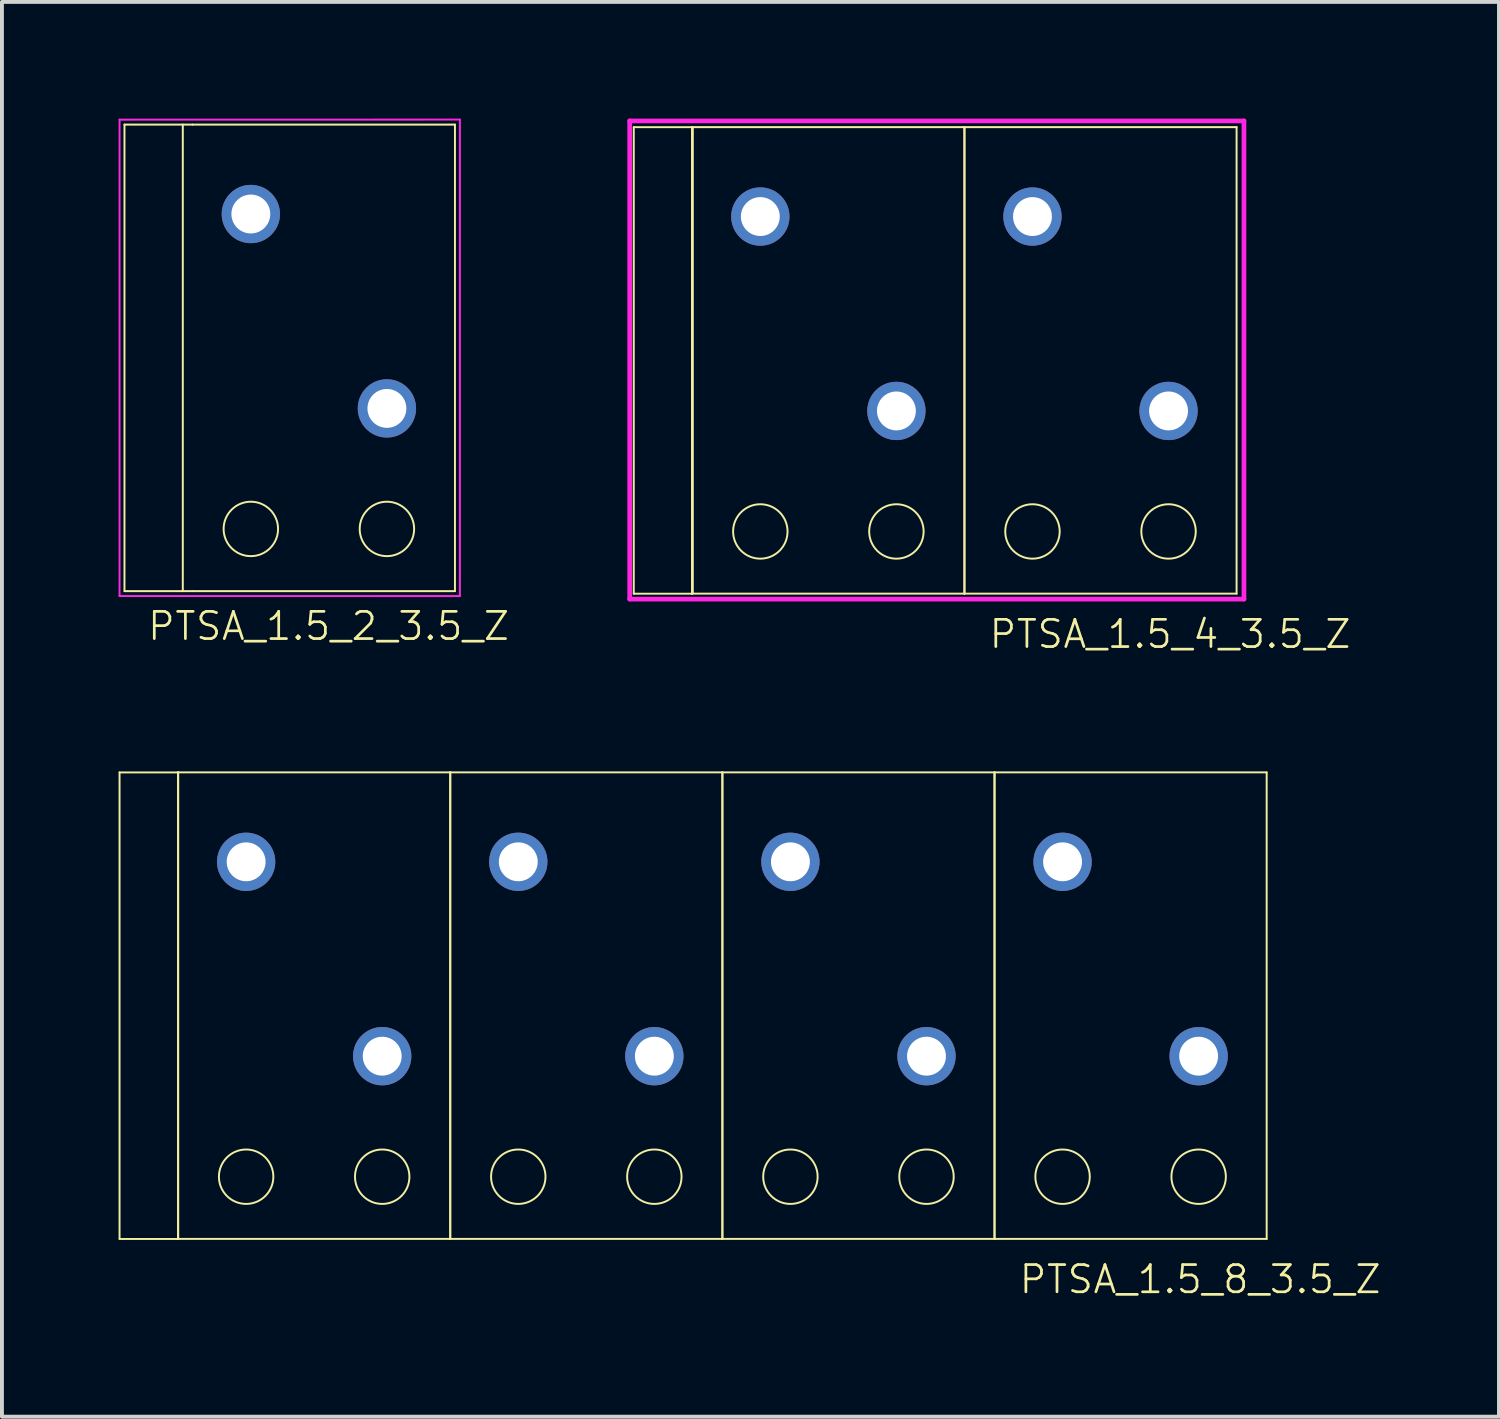
<source format=kicad_pcb>
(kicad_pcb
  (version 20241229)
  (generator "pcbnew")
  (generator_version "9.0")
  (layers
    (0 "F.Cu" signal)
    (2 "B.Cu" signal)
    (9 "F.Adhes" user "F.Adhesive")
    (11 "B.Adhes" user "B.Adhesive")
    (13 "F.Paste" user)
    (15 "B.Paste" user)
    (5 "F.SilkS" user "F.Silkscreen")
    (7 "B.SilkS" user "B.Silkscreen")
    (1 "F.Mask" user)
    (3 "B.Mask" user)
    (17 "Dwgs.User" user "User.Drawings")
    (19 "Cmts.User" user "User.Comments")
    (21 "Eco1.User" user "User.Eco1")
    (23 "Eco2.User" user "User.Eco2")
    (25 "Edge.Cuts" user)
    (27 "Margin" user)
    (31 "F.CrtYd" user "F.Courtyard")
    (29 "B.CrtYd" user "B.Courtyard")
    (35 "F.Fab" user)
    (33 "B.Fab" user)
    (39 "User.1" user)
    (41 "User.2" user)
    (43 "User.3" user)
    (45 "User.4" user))
  (footprint "PTSA_1.5_2_3.5_Z"
    (layer "F.Cu")
    (at 3.402 7.455)
    (property "Reference" "PTSA_1.5_2_3.5_Z" (at 2 5.6 0) (layer "F.SilkS") (effects (font (size 0.7 0.7) (thickness 0.07))))
    (attr through_hole)
    (fp_line (start -3.25 -7.3) (end -1.5 -7.3) (stroke (width 0.05) (type solid)) (layer "F.SilkS"))
    (fp_line (start -3.25 4.7) (end -3.25 -7.3) (stroke (width 0.05) (type solid)) (layer "F.SilkS"))
    (fp_line (start -1.75 -7.3) (end -1.75 4.7) (stroke (width 0.05) (type solid)) (layer "F.SilkS"))
    (fp_line (start -1.5 4.7) (end -3.25 4.7) (stroke (width 0.05) (type solid)) (layer "F.SilkS"))
    (fp_line (start 5.25 -7.3) (end -1.5 -7.3) (stroke (width 0.05) (type solid)) (layer "F.SilkS"))
    (fp_line (start 5.25 -7.3) (end 5.25 4.7) (stroke (width 0.05) (type solid)) (layer "F.SilkS"))
    (fp_line (start 5.25 4.7) (end -1.5 4.7) (stroke (width 0.05) (type solid)) (layer "F.SilkS"))
    (fp_circle (center 0 3.1) (end 0.7 3.1) (stroke (width 0.05) (type solid)) (fill no) (layer "F.SilkS"))
    (fp_circle (center 3.5 3.1) (end 4.2 3.1) (stroke (width 0.05) (type solid)) (fill no) (layer "F.SilkS"))
    (fp_line (start -3.377 -7.427) (end 5.377 -7.429) (stroke (width 0.05) (type solid)) (layer "F.CrtYd"))
    (fp_line (start -3.377 4.826) (end -3.377 -7.427) (stroke (width 0.05) (type solid)) (layer "F.CrtYd"))
    (fp_line (start 5.377 -7.429) (end 5.377 4.827) (stroke (width 0.05) (type solid)) (layer "F.CrtYd"))
    (fp_line (start 5.377 4.827) (end -3.377 4.826) (stroke (width 0.05) (type solid)) (layer "F.CrtYd"))
    (pad "1" thru_hole circle (at 3.5 0) (size 1.5 1.5) (drill 1) (layers "*.Cu" "*.Mask"))
    (pad "2" thru_hole circle (at 0 -5) (size 1.5 1.5) (drill 1) (layers "*.Cu" "*.Mask")))
  (footprint "PTSA_1.5_8_3.5_Z"
    (layer "F.Cu")
    (at 14.821 22.357)
    (property "Reference" "PTSA_1.5_8_3.5_Z" (at 13 7.5 0) (layer "F.SilkS") (effects (font (size 0.7 0.7) (thickness 0.07))))
    (attr through_hole)
    (fp_line (start -14.796 -5.539) (end -13.296 -5.539) (stroke (width 0.05) (type solid)) (layer "F.SilkS"))
    (fp_line (start -14.796 6.461) (end -14.796 -5.539) (stroke (width 0.05) (type solid)) (layer "F.SilkS"))
    (fp_line (start -13.296 6.461) (end -14.796 6.461) (stroke (width 0.05) (type solid)) (layer "F.SilkS"))
    (fp_line (start -13.29 -5.54) (end -13.29 6.46) (stroke (width 0.05) (type solid)) (layer "F.SilkS"))
    (fp_line (start -13.29 -5.54) (end -13.29 6.46) (stroke (width 0.05) (type solid)) (layer "F.SilkS"))
    (fp_line (start -13.29 -5.54) (end -13.29 6.46) (stroke (width 0.05) (type solid)) (layer "F.SilkS"))
    (fp_line (start -6.29 -5.54) (end -13.29 -5.54) (stroke (width 0.05) (type solid)) (layer "F.SilkS"))
    (fp_line (start -6.29 -5.54) (end -6.29 6.46) (stroke (width 0.05) (type solid)) (layer "F.SilkS"))
    (fp_line (start -6.29 -5.54) (end -6.29 6.46) (stroke (width 0.05) (type solid)) (layer "F.SilkS"))
    (fp_line (start -6.29 6.46) (end -13.29 6.46) (stroke (width 0.05) (type solid)) (layer "F.SilkS"))
    (fp_line (start 0.71 -5.54) (end -6.29 -5.54) (stroke (width 0.05) (type solid)) (layer "F.SilkS"))
    (fp_line (start 0.71 -5.54) (end 0.71 6.46) (stroke (width 0.05) (type solid)) (layer "F.SilkS"))
    (fp_line (start 0.71 -5.54) (end 0.71 6.46) (stroke (width 0.05) (type solid)) (layer "F.SilkS"))
    (fp_line (start 0.71 6.46) (end -6.29 6.46) (stroke (width 0.05) (type solid)) (layer "F.SilkS"))
    (fp_line (start 7.71 -5.54) (end 0.71 -5.54) (stroke (width 0.05) (type solid)) (layer "F.SilkS"))
    (fp_line (start 7.71 -5.54) (end 7.71 6.46) (stroke (width 0.05) (type solid)) (layer "F.SilkS"))
    (fp_line (start 7.71 -5.54) (end 7.71 6.46) (stroke (width 0.05) (type solid)) (layer "F.SilkS"))
    (fp_line (start 7.71 6.46) (end 0.71 6.46) (stroke (width 0.05) (type solid)) (layer "F.SilkS"))
    (fp_line (start 14.71 -5.54) (end 7.71 -5.54) (stroke (width 0.05) (type solid)) (layer "F.SilkS"))
    (fp_line (start 14.71 -5.54) (end 14.71 6.46) (stroke (width 0.05) (type solid)) (layer "F.SilkS"))
    (fp_line (start 14.71 6.46) (end 7.71 6.46) (stroke (width 0.05) (type solid)) (layer "F.SilkS"))
    (fp_circle (center -11.54 4.86) (end -10.84 4.86) (stroke (width 0.05) (type solid)) (fill no) (layer "F.SilkS"))
    (fp_circle (center -8.04 4.86) (end -7.34 4.86) (stroke (width 0.05) (type solid)) (fill no) (layer "F.SilkS"))
    (fp_circle (center -4.54 4.86) (end -3.84 4.86) (stroke (width 0.05) (type solid)) (fill no) (layer "F.SilkS"))
    (fp_circle (center -1.04 4.86) (end -0.34 4.86) (stroke (width 0.05) (type solid)) (fill no) (layer "F.SilkS"))
    (fp_circle (center 2.46 4.86) (end 3.16 4.86) (stroke (width 0.05) (type solid)) (fill no) (layer "F.SilkS"))
    (fp_circle (center 5.96 4.86) (end 6.66 4.86) (stroke (width 0.05) (type solid)) (fill no) (layer "F.SilkS"))
    (fp_circle (center 9.46 4.86) (end 10.16 4.86) (stroke (width 0.05) (type solid)) (fill no) (layer "F.SilkS"))
    (fp_circle (center 12.96 4.86) (end 13.66 4.86) (stroke (width 0.05) (type solid)) (fill no) (layer "F.SilkS"))
    (pad "1" thru_hole circle (at 12.96 1.76) (size 1.5 1.5) (drill 1) (layers "*.Cu" "*.Mask"))
    (pad "2" thru_hole circle (at 9.46 -3.24) (size 1.5 1.5) (drill 1) (layers "*.Cu" "*.Mask"))
    (pad "3" thru_hole circle (at 5.96 1.76) (size 1.5 1.5) (drill 1) (layers "*.Cu" "*.Mask"))
    (pad "4" thru_hole circle (at 2.46 -3.24) (size 1.5 1.5) (drill 1) (layers "*.Cu" "*.Mask"))
    (pad "5" thru_hole circle (at -1.04 1.76) (size 1.5 1.5) (drill 1) (layers "*.Cu" "*.Mask"))
    (pad "6" thru_hole circle (at -4.54 -3.24) (size 1.5 1.5) (drill 1) (layers "*.Cu" "*.Mask"))
    (pad "7" thru_hole circle (at -8.04 1.76) (size 1.5 1.5) (drill 1) (layers "*.Cu" "*.Mask"))
    (pad "8" thru_hole circle (at -11.54 -3.24) (size 1.5 1.5) (drill 1) (layers "*.Cu" "*.Mask")))
  (footprint "PTSA_1.5_4_3.5_Z"
    (layer "F.Cu")
    (at 21.747 6.06)
    (property "Reference" "PTSA_1.5_4_3.5_Z" (at 5.3 7.2 0) (layer "F.SilkS") (effects (font (size 0.7 0.7) (thickness 0.07))))
    (attr through_hole)
    (fp_line (start -8.496 -5.839) (end -6.996 -5.839) (stroke (width 0.05) (type solid)) (layer "F.SilkS"))
    (fp_line (start -8.496 6.161) (end -8.496 -5.839) (stroke (width 0.05) (type solid)) (layer "F.SilkS"))
    (fp_line (start -6.996 6.161) (end -8.496 6.161) (stroke (width 0.05) (type solid)) (layer "F.SilkS"))
    (fp_line (start -6.99 -5.84) (end -6.99 6.16) (stroke (width 0.05) (type solid)) (layer "F.SilkS"))
    (fp_line (start -6.99 -5.84) (end -6.99 6.16) (stroke (width 0.05) (type solid)) (layer "F.SilkS"))
    (fp_line (start -6.99 -5.84) (end -6.99 6.16) (stroke (width 0.05) (type solid)) (layer "F.SilkS"))
    (fp_line (start -6.99 -5.84) (end -6.99 6.16) (stroke (width 0.05) (type solid)) (layer "F.SilkS"))
    (fp_line (start -6.99 -5.84) (end -6.99 6.16) (stroke (width 0.05) (type solid)) (layer "F.SilkS"))
    (fp_line (start 0.01 -5.84) (end -6.99 -5.84) (stroke (width 0.05) (type solid)) (layer "F.SilkS"))
    (fp_line (start 0.01 -5.84) (end 0.01 6.16) (stroke (width 0.05) (type solid)) (layer "F.SilkS"))
    (fp_line (start 0.01 -5.84) (end 0.01 6.16) (stroke (width 0.05) (type solid)) (layer "F.SilkS"))
    (fp_line (start 0.01 6.16) (end -6.99 6.16) (stroke (width 0.05) (type solid)) (layer "F.SilkS"))
    (fp_line (start 7.01 -5.84) (end 0.01 -5.84) (stroke (width 0.05) (type solid)) (layer "F.SilkS"))
    (fp_line (start 7.01 -5.84) (end 7.01 6.16) (stroke (width 0.05) (type solid)) (layer "F.SilkS"))
    (fp_line (start 7.01 6.16) (end 0.01 6.16) (stroke (width 0.05) (type solid)) (layer "F.SilkS"))
    (fp_circle (center -5.24 4.56) (end -4.54 4.56) (stroke (width 0.05) (type solid)) (fill no) (layer "F.SilkS"))
    (fp_circle (center -1.74 4.56) (end -1.04 4.56) (stroke (width 0.05) (type solid)) (fill no) (layer "F.SilkS"))
    (fp_circle (center 1.76 4.56) (end 2.46 4.56) (stroke (width 0.05) (type solid)) (fill no) (layer "F.SilkS"))
    (fp_circle (center 5.26 4.56) (end 5.96 4.56) (stroke (width 0.05) (type solid)) (fill no) (layer "F.SilkS"))
    (fp_line (start -8.6 -6) (end 7.2 -6) (stroke (width 0.12) (type solid)) (layer "F.CrtYd"))
    (fp_line (start -8.6 6.3) (end -8.6 -6) (stroke (width 0.12) (type solid)) (layer "F.CrtYd"))
    (fp_line (start 7.2 -6) (end 7.2 6.3) (stroke (width 0.12) (type solid)) (layer "F.CrtYd"))
    (fp_line (start 7.2 6.3) (end -8.6 6.3) (stroke (width 0.12) (type solid)) (layer "F.CrtYd"))
    (pad "1" thru_hole circle (at 5.26 1.46) (size 1.5 1.5) (drill 1) (layers "*.Cu" "*.Mask"))
    (pad "2" thru_hole circle (at 1.76 -3.54) (size 1.5 1.5) (drill 1) (layers "*.Cu" "*.Mask"))
    (pad "3" thru_hole circle (at -1.74 1.46) (size 1.5 1.5) (drill 1) (layers "*.Cu" "*.Mask"))
    (pad "4" thru_hole circle (at -5.24 -3.54) (size 1.5 1.5) (drill 1) (layers "*.Cu" "*.Mask")))
  (gr_rect
    (start -3 -3)
    (end 35.506 33.39)
    (stroke (width 0.1) (type default))
    (fill no)
    (layer "Edge.Cuts")))
</source>
